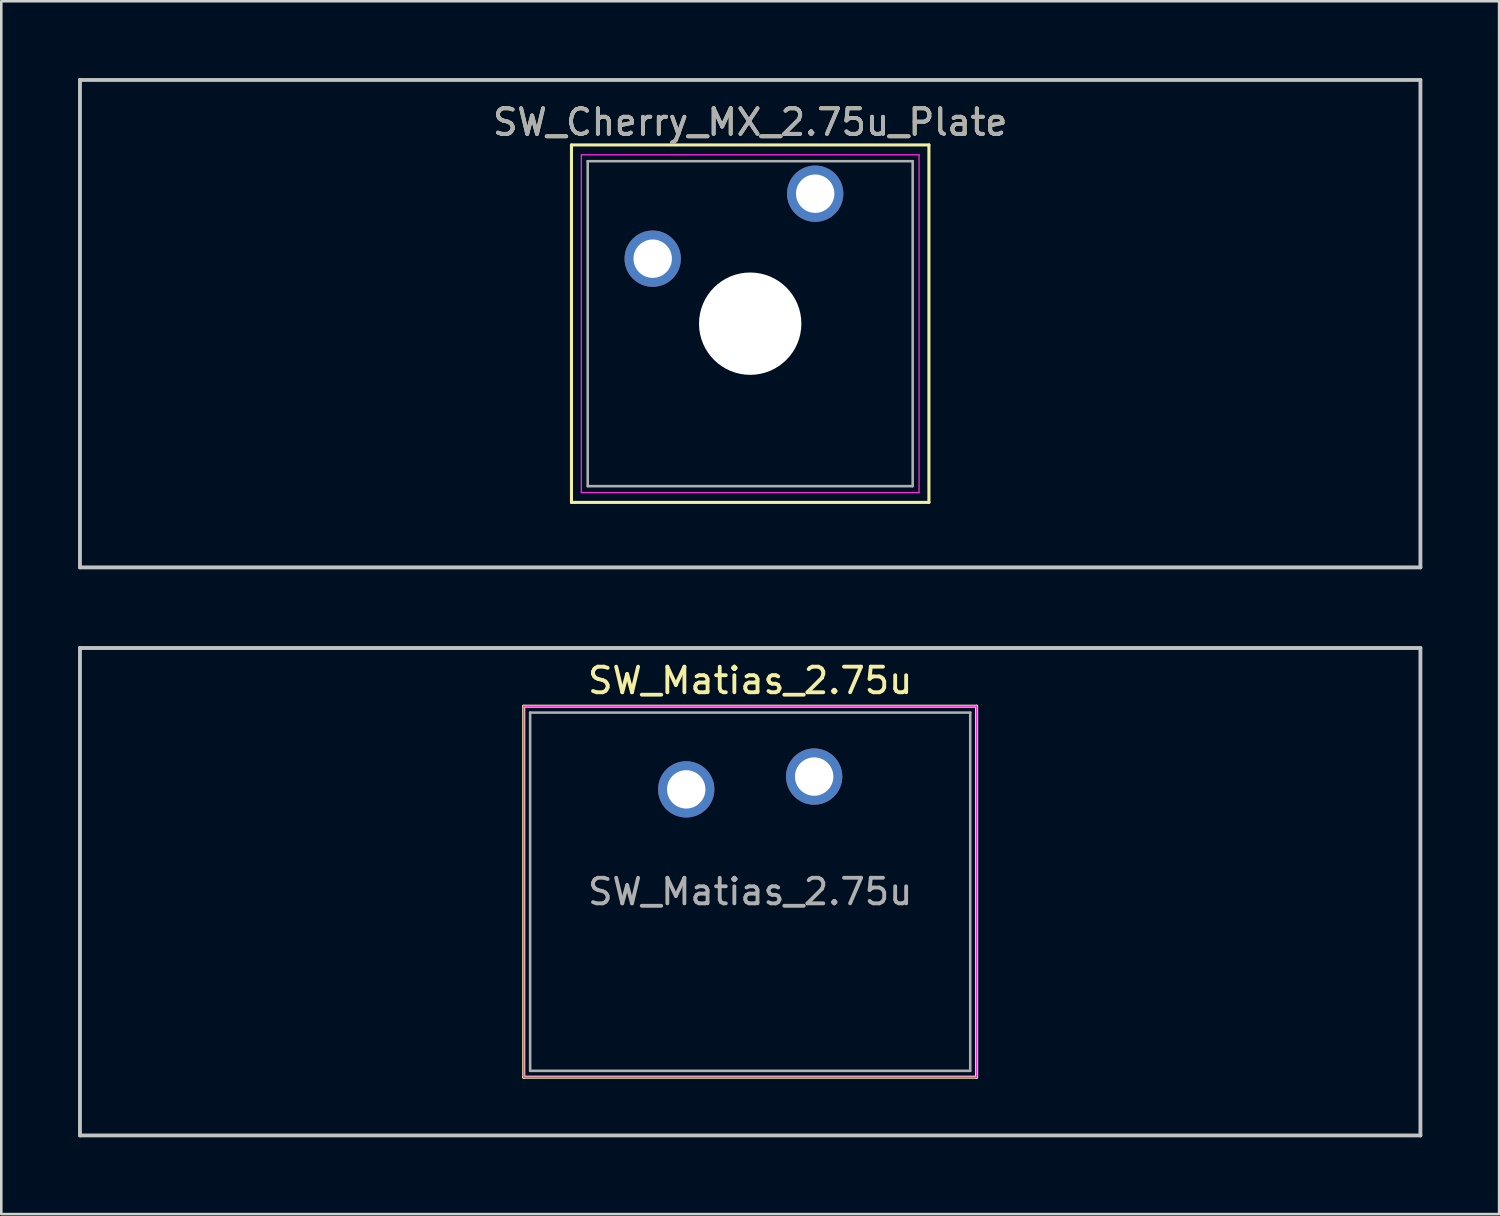
<source format=kicad_pcb>
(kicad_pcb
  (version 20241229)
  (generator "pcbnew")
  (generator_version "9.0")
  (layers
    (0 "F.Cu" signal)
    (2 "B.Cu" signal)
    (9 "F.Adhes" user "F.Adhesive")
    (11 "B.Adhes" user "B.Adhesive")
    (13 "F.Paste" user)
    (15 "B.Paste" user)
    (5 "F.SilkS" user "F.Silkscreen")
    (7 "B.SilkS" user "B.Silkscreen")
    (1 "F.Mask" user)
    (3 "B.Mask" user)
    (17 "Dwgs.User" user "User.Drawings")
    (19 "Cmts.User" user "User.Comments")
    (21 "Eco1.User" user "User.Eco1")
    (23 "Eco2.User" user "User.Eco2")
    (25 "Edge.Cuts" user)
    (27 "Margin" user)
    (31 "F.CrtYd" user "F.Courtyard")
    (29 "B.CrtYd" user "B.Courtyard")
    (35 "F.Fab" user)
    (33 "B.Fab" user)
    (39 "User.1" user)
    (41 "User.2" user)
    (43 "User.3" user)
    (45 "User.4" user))
  (footprint "SW_Cherry_MX_2.75u_Plate"
    (layer "F.Cu")
    (at 28.809 4.52)
    (property "Reference" "SW_Cherry_MX_2.75u_Plate" (at -2.54 -2.794 0) (layer "F.SilkS") (effects (font (size 1 1) (thickness 0.15))))
    (attr through_hole)
    (fp_line (start -9.525 -1.905) (end 4.445 -1.905) (stroke (width 0.12) (type solid)) (layer "F.SilkS"))
    (fp_line (start -9.525 12.065) (end -9.525 -1.905) (stroke (width 0.12) (type solid)) (layer "F.SilkS"))
    (fp_line (start 4.445 -1.905) (end 4.445 12.065) (stroke (width 0.12) (type solid)) (layer "F.SilkS"))
    (fp_line (start 4.445 12.065) (end -9.525 12.065) (stroke (width 0.12) (type solid)) (layer "F.SilkS"))
    (fp_line (start -28.734 -4.445) (end 23.654 -4.445) (stroke (width 0.15) (type solid)) (layer "Dwgs.User"))
    (fp_line (start -28.734 14.605) (end -28.734 -4.445) (stroke (width 0.15) (type solid)) (layer "Dwgs.User"))
    (fp_line (start 23.654 -4.445) (end 23.654 14.605) (stroke (width 0.15) (type solid)) (layer "Dwgs.User"))
    (fp_line (start 23.654 14.605) (end -28.734 14.605) (stroke (width 0.15) (type solid)) (layer "Dwgs.User"))
    (fp_line (start -9.14 -1.52) (end 4.06 -1.52) (stroke (width 0.05) (type solid)) (layer "F.CrtYd"))
    (fp_line (start -9.14 11.68) (end -9.14 -1.52) (stroke (width 0.05) (type solid)) (layer "F.CrtYd"))
    (fp_line (start 4.06 -1.52) (end 4.06 11.68) (stroke (width 0.05) (type solid)) (layer "F.CrtYd"))
    (fp_line (start 4.06 11.68) (end -9.14 11.68) (stroke (width 0.05) (type solid)) (layer "F.CrtYd"))
    (fp_line (start -8.89 -1.27) (end 3.81 -1.27) (stroke (width 0.1) (type solid)) (layer "F.Fab"))
    (fp_line (start -8.89 11.43) (end -8.89 -1.27) (stroke (width 0.1) (type solid)) (layer "F.Fab"))
    (fp_line (start 3.81 -1.27) (end 3.81 11.43) (stroke (width 0.1) (type solid)) (layer "F.Fab"))
    (fp_line (start 3.81 11.43) (end -8.89 11.43) (stroke (width 0.1) (type solid)) (layer "F.Fab"))
    (fp_text user "${REFERENCE}" (at -2.54 -2.794 0) (layer "F.Fab") (effects (font (size 1 1) (thickness 0.15))))
    (pad "" np_thru_hole circle (at -2.54 5.08) (size 4 4) (drill 4) (layers "*.Cu" "*.Mask"))
    (pad "1" thru_hole circle (at 0 0) (size 2.2 2.2) (drill 1.5) (layers "*.Cu" "*.Mask"))
    (pad "2" thru_hole circle (at -6.35 2.54) (size 2.2 2.2) (drill 1.5) (layers "*.Cu" "*.Mask")))
  (footprint "SW_Matias_2.75u"
    (layer "F.Cu")
    (at 28.769 27.3)
    (property "Reference" "SW_Matias_2.75u" (at -2.5 -3.75 0) (layer "F.SilkS") (effects (font (size 1 1) (thickness 0.15))))
    (attr through_hole)
    (fp_line (start -11.35 -2.75) (end 6.35 -2.75) (stroke (width 0.12) (type solid)) (layer "F.SilkS"))
    (fp_line (start -11.35 11.75) (end -11.35 -2.75) (stroke (width 0.12) (type solid)) (layer "F.SilkS"))
    (fp_line (start 6.35 -2.75) (end 6.35 11.75) (stroke (width 0.12) (type solid)) (layer "F.SilkS"))
    (fp_line (start 6.35 11.75) (end -11.35 11.75) (stroke (width 0.12) (type solid)) (layer "F.SilkS"))
    (fp_line (start -28.694 -5.025) (end 23.694 -5.025) (stroke (width 0.15) (type solid)) (layer "Dwgs.User"))
    (fp_line (start -28.694 14.025) (end -28.694 -5.025) (stroke (width 0.15) (type solid)) (layer "Dwgs.User"))
    (fp_line (start 23.694 -5.025) (end 23.694 14.025) (stroke (width 0.15) (type solid)) (layer "Dwgs.User"))
    (fp_line (start 23.694 14.025) (end -28.694 14.025) (stroke (width 0.15) (type solid)) (layer "Dwgs.User"))
    (fp_line (start -11.35 -2.75) (end -11.35 11.75) (stroke (width 0.05) (type solid)) (layer "F.CrtYd"))
    (fp_line (start -11.35 -2.75) (end 6.35 -2.75) (stroke (width 0.05) (type solid)) (layer "F.CrtYd"))
    (fp_line (start -11.35 11.75) (end 6.35 11.75) (stroke (width 0.05) (type solid)) (layer "F.CrtYd"))
    (fp_line (start 6.35 11.75) (end 6.35 -2.75) (stroke (width 0.05) (type solid)) (layer "F.CrtYd"))
    (fp_line (start -11.1 -2.5) (end 6.1 -2.5) (stroke (width 0.1) (type solid)) (layer "F.Fab"))
    (fp_line (start -11.1 11.5) (end -11.1 -2.5) (stroke (width 0.1) (type solid)) (layer "F.Fab"))
    (fp_line (start 6.1 -2.5) (end 6.1 11.5) (stroke (width 0.1) (type solid)) (layer "F.Fab"))
    (fp_line (start 6.1 11.5) (end -11.1 11.5) (stroke (width 0.1) (type solid)) (layer "F.Fab"))
    (fp_text user "${REFERENCE}" (at -2.5 4.5 0) (layer "F.Fab") (effects (font (size 1 1) (thickness 0.15))))
    (pad "1" thru_hole circle (at 0 0) (size 2.2 2.2) (drill 1.5) (layers "*.Cu" "*.Mask"))
    (pad "2" thru_hole circle (at -5 0.5) (size 2.2 2.2) (drill 1.5) (layers "*.Cu" "*.Mask")))
  (gr_rect
    (start -3 -3)
    (end 55.538 44.4)
    (stroke (width 0.1) (type default))
    (fill no)
    (layer "Edge.Cuts")))
</source>
